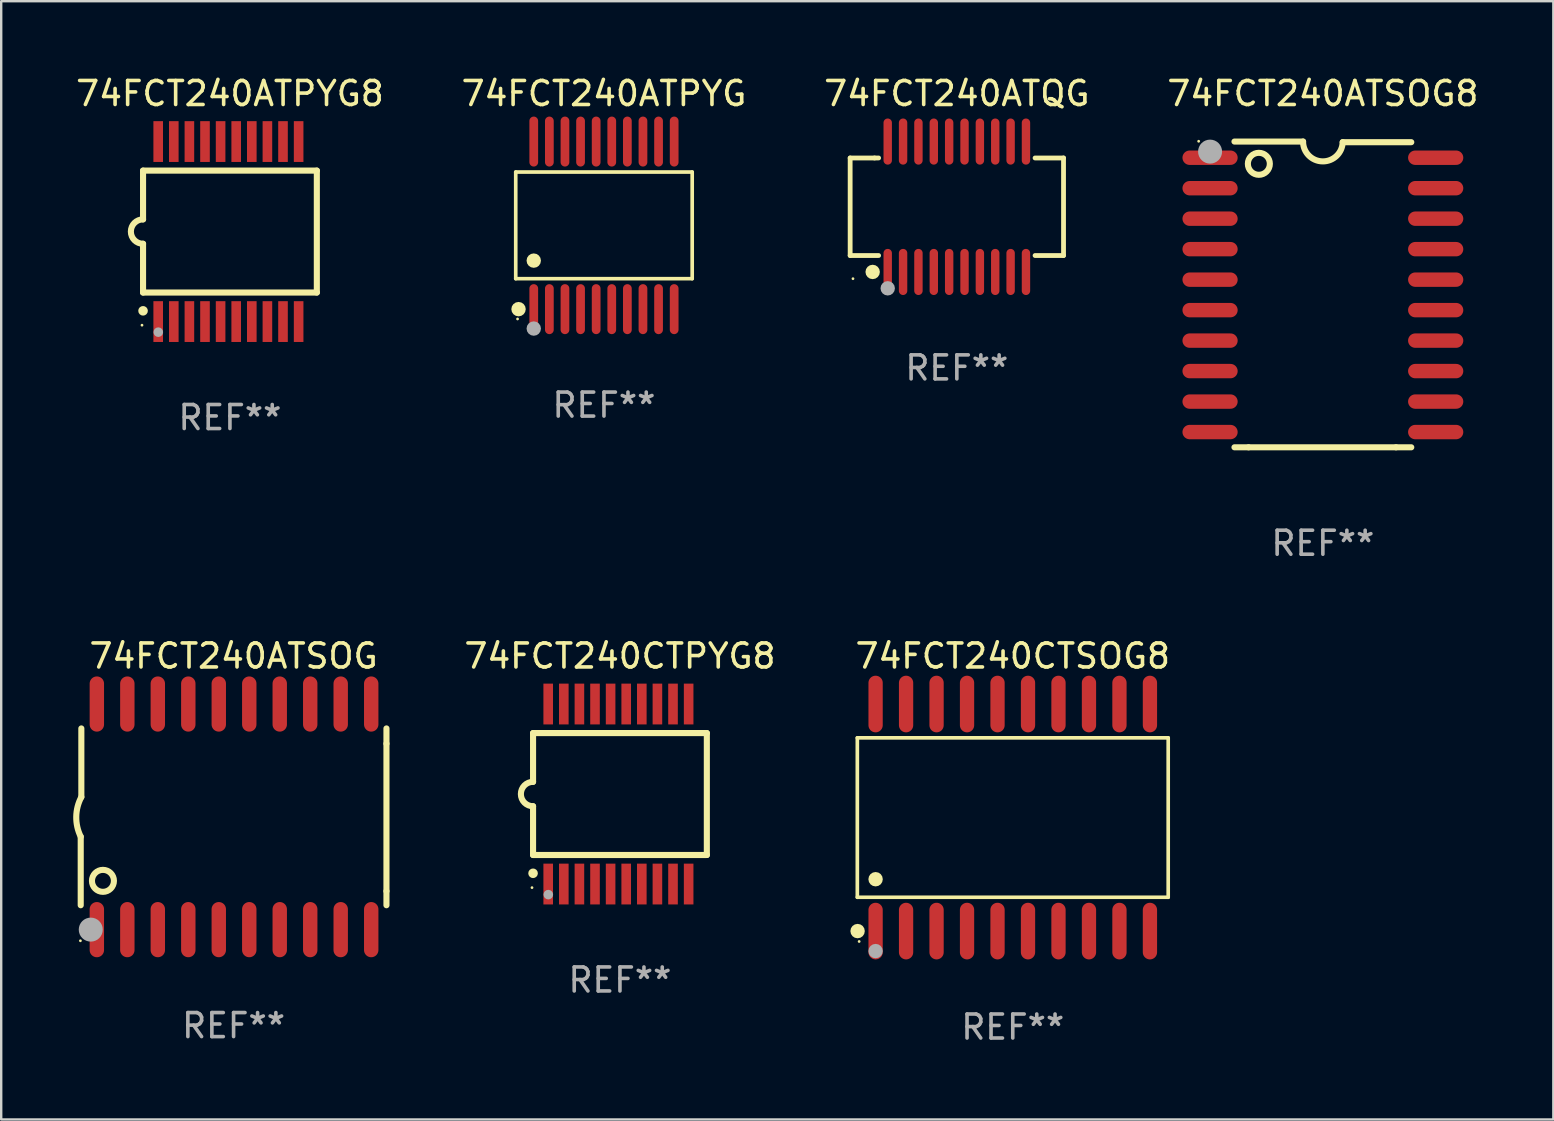
<source format=kicad_pcb>
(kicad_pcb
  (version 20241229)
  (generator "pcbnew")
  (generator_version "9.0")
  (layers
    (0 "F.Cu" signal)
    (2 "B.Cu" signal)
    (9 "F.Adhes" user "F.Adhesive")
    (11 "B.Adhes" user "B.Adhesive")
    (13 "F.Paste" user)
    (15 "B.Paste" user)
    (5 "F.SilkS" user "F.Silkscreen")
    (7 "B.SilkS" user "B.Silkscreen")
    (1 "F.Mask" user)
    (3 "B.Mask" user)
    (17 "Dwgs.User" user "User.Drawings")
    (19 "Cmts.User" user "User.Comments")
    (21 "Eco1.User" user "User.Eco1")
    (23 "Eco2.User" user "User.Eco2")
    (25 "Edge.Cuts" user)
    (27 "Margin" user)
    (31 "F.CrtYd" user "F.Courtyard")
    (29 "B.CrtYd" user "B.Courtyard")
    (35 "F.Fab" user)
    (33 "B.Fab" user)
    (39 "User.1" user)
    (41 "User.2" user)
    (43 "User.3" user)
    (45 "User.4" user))
  (footprint "74FCT240ATQG"
    (layer "F.Cu")
    (at 36.815 5.564)
    (property "Reference" "74FCT240ATQG" (at 0 -4.716 0) (layer "F.SilkS") (effects (font (size 1 1) (thickness 0.15))))
    (attr through_hole)
    (fp_line (start -4.445 -2.032) (end -4.445 2.032) (stroke (width 0.2) (type solid)) (layer "F.SilkS"))
    (fp_line (start -4.445 2.032) (end -3.259 2.032) (stroke (width 0.2) (type solid)) (layer "F.SilkS"))
    (fp_line (start -3.429 -2.032) (end -4.445 -2.032) (stroke (width 0.2) (type solid)) (layer "F.SilkS"))
    (fp_line (start -3.259 -2.032) (end -3.429 -2.032) (stroke (width 0.2) (type solid)) (layer "F.SilkS"))
    (fp_line (start 3.259 2.032) (end 4.445 2.032) (stroke (width 0.2) (type solid)) (layer "F.SilkS"))
    (fp_line (start 4.445 -2.032) (end 3.259 -2.032) (stroke (width 0.2) (type solid)) (layer "F.SilkS"))
    (fp_line (start 4.445 2.032) (end 4.445 -2.032) (stroke (width 0.2) (type solid)) (layer "F.SilkS"))
    (fp_circle (center -4.327 2.997) (end -4.297 2.997) (stroke (width 0.06) (type solid)) (fill no) (layer "F.SilkS"))
    (fp_circle (center -3.507 2.716) (end -3.357 2.716) (stroke (width 0.3) (type solid)) (fill no) (layer "F.SilkS"))
    (fp_circle (center -2.88 3.398) (end -2.73 3.398) (stroke (width 0.3) (type solid)) (fill no) (layer "F.Fab"))
    (fp_text user "REF**" (at 0 6.716 0) (layer "F.Fab") (effects (font (size 1 1) (thickness 0.15))))
    (pad "1" smd oval (at -2.88 2.716) (size 0.35 1.922) (layers "F.Cu" "F.Mask" "F.Paste"))
    (pad "2" smd oval (at -2.24 2.716) (size 0.35 1.922) (layers "F.Cu" "F.Mask" "F.Paste"))
    (pad "3" smd oval (at -1.6 2.716) (size 0.35 1.922) (layers "F.Cu" "F.Mask" "F.Paste"))
    (pad "4" smd oval (at -0.96 2.716) (size 0.35 1.922) (layers "F.Cu" "F.Mask" "F.Paste"))
    (pad "5" smd oval (at -0.32 2.716) (size 0.35 1.922) (layers "F.Cu" "F.Mask" "F.Paste"))
    (pad "6" smd oval (at 0.32 2.716) (size 0.35 1.922) (layers "F.Cu" "F.Mask" "F.Paste"))
    (pad "7" smd oval (at 0.96 2.716) (size 0.35 1.922) (layers "F.Cu" "F.Mask" "F.Paste"))
    (pad "8" smd oval (at 1.6 2.716) (size 0.35 1.922) (layers "F.Cu" "F.Mask" "F.Paste"))
    (pad "9" smd oval (at 2.24 2.716) (size 0.35 1.922) (layers "F.Cu" "F.Mask" "F.Paste"))
    (pad "10" smd oval (at 2.88 2.716) (size 0.35 1.922) (layers "F.Cu" "F.Mask" "F.Paste"))
    (pad "11" smd oval (at 2.88 -2.716) (size 0.35 1.922) (layers "F.Cu" "F.Mask" "F.Paste"))
    (pad "12" smd oval (at 2.24 -2.716) (size 0.35 1.922) (layers "F.Cu" "F.Mask" "F.Paste"))
    (pad "13" smd oval (at 1.6 -2.716) (size 0.35 1.922) (layers "F.Cu" "F.Mask" "F.Paste"))
    (pad "14" smd oval (at 0.96 -2.716) (size 0.35 1.922) (layers "F.Cu" "F.Mask" "F.Paste"))
    (pad "15" smd oval (at 0.32 -2.716) (size 0.35 1.922) (layers "F.Cu" "F.Mask" "F.Paste"))
    (pad "16" smd oval (at -0.32 -2.716) (size 0.35 1.922) (layers "F.Cu" "F.Mask" "F.Paste"))
    (pad "17" smd oval (at -0.96 -2.716) (size 0.35 1.922) (layers "F.Cu" "F.Mask" "F.Paste"))
    (pad "18" smd oval (at -1.6 -2.716) (size 0.35 1.922) (layers "F.Cu" "F.Mask" "F.Paste"))
    (pad "19" smd oval (at -2.24 -2.716) (size 0.35 1.922) (layers "F.Cu" "F.Mask" "F.Paste"))
    (pad "20" smd oval (at -2.88 -2.716) (size 0.35 1.922) (layers "F.Cu" "F.Mask" "F.Paste")))
  (footprint "74FCT240ATSOG8"
    (layer "F.Cu")
    (at 52.065 9.217)
    (property "Reference" "74FCT240ATSOG8" (at 0 -8.369 0) (layer "F.SilkS") (effects (font (size 1 1) (thickness 0.15))))
    (attr through_hole)
    (fp_line (start -3.096 6.369) (end -3.683 6.369) (stroke (width 0.254) (type solid)) (layer "F.SilkS"))
    (fp_line (start -0.825 -6.369) (end -3.683 -6.369) (stroke (width 0.254) (type solid)) (layer "F.SilkS"))
    (fp_line (start 0.826 -6.343) (end 3.683 -6.343) (stroke (width 0.254) (type solid)) (layer "F.SilkS"))
    (fp_line (start 3.048 6.369) (end -3.096 6.369) (stroke (width 0.254) (type solid)) (layer "F.SilkS"))
    (fp_line (start 3.048 6.369) (end 3.683 6.369) (stroke (width 0.254) (type solid)) (layer "F.SilkS"))
    (fp_arc (start 0.825527 -6.343129) (mid -0.012478 -5.543126) (end -0.825476 -6.36853) (stroke (width 0.254001) (type solid)) (layer "F.SilkS"))
    (fp_circle (center -5.175 -6.382) (end -5.145 -6.382) (stroke (width 0.06) (type solid)) (fill no) (layer "F.SilkS"))
    (fp_circle (center -2.667 -5.442) (end -2.209 -5.442) (stroke (width 0.254) (type solid)) (fill no) (layer "F.SilkS"))
    (fp_circle (center -4.699 -5.95) (end -4.449 -5.95) (stroke (width 0.5) (type solid)) (fill no) (layer "F.Fab"))
    (fp_text user "REF**" (at 0 10.369 0) (layer "F.Fab") (effects (font (size 1 1) (thickness 0.15))))
    (pad "1" smd oval (at -4.7 -5.696 90) (size 0.6 2.3) (layers "F.Cu" "F.Mask" "F.Paste"))
    (pad "2" smd oval (at -4.7 -4.426 90) (size 0.6 2.3) (layers "F.Cu" "F.Mask" "F.Paste"))
    (pad "3" smd oval (at -4.7 -3.156 90) (size 0.6 2.3) (layers "F.Cu" "F.Mask" "F.Paste"))
    (pad "4" smd oval (at -4.7 -1.886 90) (size 0.6 2.3) (layers "F.Cu" "F.Mask" "F.Paste"))
    (pad "5" smd oval (at -4.7 -0.616 90) (size 0.6 2.3) (layers "F.Cu" "F.Mask" "F.Paste"))
    (pad "6" smd oval (at -4.7 0.654 90) (size 0.6 2.3) (layers "F.Cu" "F.Mask" "F.Paste"))
    (pad "7" smd oval (at -4.7 1.924 90) (size 0.6 2.3) (layers "F.Cu" "F.Mask" "F.Paste"))
    (pad "8" smd oval (at -4.7 3.194 90) (size 0.6 2.3) (layers "F.Cu" "F.Mask" "F.Paste"))
    (pad "9" smd oval (at -4.7 4.464 90) (size 0.6 2.3) (layers "F.Cu" "F.Mask" "F.Paste"))
    (pad "10" smd oval (at -4.7 5.734 90) (size 0.6 2.3) (layers "F.Cu" "F.Mask" "F.Paste"))
    (pad "11" smd oval (at 4.7 5.734 90) (size 0.6 2.3) (layers "F.Cu" "F.Mask" "F.Paste"))
    (pad "12" smd oval (at 4.7 4.464 90) (size 0.6 2.3) (layers "F.Cu" "F.Mask" "F.Paste"))
    (pad "13" smd oval (at 4.7 3.194 90) (size 0.6 2.3) (layers "F.Cu" "F.Mask" "F.Paste"))
    (pad "14" smd oval (at 4.7 1.924 90) (size 0.6 2.3) (layers "F.Cu" "F.Mask" "F.Paste"))
    (pad "15" smd oval (at 4.7 0.654 90) (size 0.6 2.3) (layers "F.Cu" "F.Mask" "F.Paste"))
    (pad "16" smd oval (at 4.7 -0.616 90) (size 0.6 2.3) (layers "F.Cu" "F.Mask" "F.Paste"))
    (pad "17" smd oval (at 4.7 -1.886 90) (size 0.6 2.3) (layers "F.Cu" "F.Mask" "F.Paste"))
    (pad "18" smd oval (at 4.7 -3.156 90) (size 0.6 2.3) (layers "F.Cu" "F.Mask" "F.Paste"))
    (pad "19" smd oval (at 4.7 -4.426 90) (size 0.6 2.3) (layers "F.Cu" "F.Mask" "F.Paste"))
    (pad "20" smd oval (at 4.7 -5.696 90) (size 0.6 2.3) (layers "F.Cu" "F.Mask" "F.Paste")))
  (footprint "74FCT240ATPYG8"
    (layer "F.Cu")
    (at 6.53 6.598)
    (property "Reference" "74FCT240ATPYG8" (at 0 -5.75 0) (layer "F.SilkS") (effects (font (size 1 1) (thickness 0.15))))
    (attr through_hole)
    (fp_line (start -3.62 -2.54) (end 3.62 -2.54) (stroke (width 0.254) (type solid)) (layer "F.SilkS"))
    (fp_line (start -3.62 -0.508) (end -3.62 -2.54) (stroke (width 0.254) (type solid)) (layer "F.SilkS"))
    (fp_line (start -3.62 2.54) (end -3.62 0.508) (stroke (width 0.254) (type solid)) (layer "F.SilkS"))
    (fp_line (start 3.62 -2.54) (end 3.62 2.54) (stroke (width 0.254) (type solid)) (layer "F.SilkS"))
    (fp_line (start 3.62 2.54) (end -3.62 2.54) (stroke (width 0.254) (type solid)) (layer "F.SilkS"))
    (fp_arc (start -3.619507 0.508052) (mid -4.125607 0.000051) (end -3.619507 -0.50795) (stroke (width 0.254001) (type solid)) (layer "F.SilkS"))
    (fp_circle (center -3.664 3.9) (end -3.634 3.9) (stroke (width 0.06) (type solid)) (fill no) (layer "F.SilkS"))
    (fp_circle (center -3.62 3.302) (end -3.52 3.302) (stroke (width 0.2) (type solid)) (fill no) (layer "F.SilkS"))
    (fp_circle (center -2.985 4.191) (end -2.885 4.191) (stroke (width 0.2) (type solid)) (fill no) (layer "F.Fab"))
    (fp_text user "REF**" (at 0 7.75 0) (layer "F.Fab") (effects (font (size 1 1) (thickness 0.15))))
    (pad "1" smd rect (at -2.989 3.75) (size 0.4 1.7) (layers "F.Cu" "F.Mask" "F.Paste"))
    (pad "2" smd rect (at -2.339 3.75) (size 0.4 1.7) (layers "F.Cu" "F.Mask" "F.Paste"))
    (pad "3" smd rect (at -1.689 3.75) (size 0.4 1.7) (layers "F.Cu" "F.Mask" "F.Paste"))
    (pad "4" smd rect (at -1.039 3.75) (size 0.4 1.7) (layers "F.Cu" "F.Mask" "F.Paste"))
    (pad "5" smd rect (at -0.389 3.75) (size 0.4 1.7) (layers "F.Cu" "F.Mask" "F.Paste"))
    (pad "6" smd rect (at 0.261 3.75) (size 0.4 1.7) (layers "F.Cu" "F.Mask" "F.Paste"))
    (pad "7" smd rect (at 0.911 3.75) (size 0.4 1.7) (layers "F.Cu" "F.Mask" "F.Paste"))
    (pad "8" smd rect (at 1.561 3.75) (size 0.4 1.7) (layers "F.Cu" "F.Mask" "F.Paste"))
    (pad "9" smd rect (at 2.211 3.75) (size 0.4 1.7) (layers "F.Cu" "F.Mask" "F.Paste"))
    (pad "10" smd rect (at 2.862 3.75) (size 0.4 1.7) (layers "F.Cu" "F.Mask" "F.Paste"))
    (pad "11" smd rect (at 2.862 -3.75) (size 0.4 1.7) (layers "F.Cu" "F.Mask" "F.Paste"))
    (pad "12" smd rect (at 2.211 -3.75) (size 0.4 1.7) (layers "F.Cu" "F.Mask" "F.Paste"))
    (pad "13" smd rect (at 1.561 -3.75) (size 0.4 1.7) (layers "F.Cu" "F.Mask" "F.Paste"))
    (pad "14" smd rect (at 0.911 -3.75) (size 0.4 1.7) (layers "F.Cu" "F.Mask" "F.Paste"))
    (pad "15" smd rect (at 0.261 -3.75) (size 0.4 1.7) (layers "F.Cu" "F.Mask" "F.Paste"))
    (pad "16" smd rect (at -0.389 -3.75) (size 0.4 1.7) (layers "F.Cu" "F.Mask" "F.Paste"))
    (pad "17" smd rect (at -1.039 -3.75) (size 0.4 1.7) (layers "F.Cu" "F.Mask" "F.Paste"))
    (pad "18" smd rect (at -1.689 -3.75) (size 0.4 1.7) (layers "F.Cu" "F.Mask" "F.Paste"))
    (pad "19" smd rect (at -2.339 -3.75) (size 0.4 1.7) (layers "F.Cu" "F.Mask" "F.Paste"))
    (pad "20" smd rect (at -2.989 -3.75) (size 0.4 1.7) (layers "F.Cu" "F.Mask" "F.Paste")))
  (footprint "74FCT240CTSOG8"
    (layer "F.Cu")
    (at 39.145 31.012)
    (property "Reference" "74FCT240CTSOG8" (at 0 -6.73 0) (layer "F.SilkS") (effects (font (size 1 1) (thickness 0.15))))
    (attr through_hole)
    (fp_line (start -6.476 -3.321) (end 6.476 -3.321) (stroke (width 0.152) (type solid)) (layer "F.SilkS"))
    (fp_line (start -6.476 3.321) (end -6.476 -3.321) (stroke (width 0.152) (type solid)) (layer "F.SilkS"))
    (fp_line (start 6.476 -3.321) (end 6.476 3.321) (stroke (width 0.152) (type solid)) (layer "F.SilkS"))
    (fp_line (start 6.476 3.321) (end -6.476 3.321) (stroke (width 0.152) (type solid)) (layer "F.SilkS"))
    (fp_circle (center -6.465 4.73) (end -6.315 4.73) (stroke (width 0.3) (type solid)) (fill no) (layer "F.SilkS"))
    (fp_circle (center -6.4 5.163) (end -6.37 5.163) (stroke (width 0.06) (type solid)) (fill no) (layer "F.SilkS"))
    (fp_circle (center -5.715 2.569) (end -5.565 2.569) (stroke (width 0.3) (type solid)) (fill no) (layer "F.SilkS"))
    (fp_circle (center -5.715 5.563) (end -5.565 5.563) (stroke (width 0.3) (type solid)) (fill no) (layer "F.Fab"))
    (fp_text user "REF**" (at 0 8.73 0) (layer "F.Fab") (effects (font (size 1 1) (thickness 0.15))))
    (pad "1" smd oval (at -5.715 4.73) (size 0.595 2.36) (layers "F.Cu" "F.Mask" "F.Paste"))
    (pad "2" smd oval (at -4.445 4.73) (size 0.595 2.36) (layers "F.Cu" "F.Mask" "F.Paste"))
    (pad "3" smd oval (at -3.175 4.73) (size 0.595 2.36) (layers "F.Cu" "F.Mask" "F.Paste"))
    (pad "4" smd oval (at -1.905 4.73) (size 0.595 2.36) (layers "F.Cu" "F.Mask" "F.Paste"))
    (pad "5" smd oval (at -0.635 4.73) (size 0.595 2.36) (layers "F.Cu" "F.Mask" "F.Paste"))
    (pad "6" smd oval (at 0.635 4.73) (size 0.595 2.36) (layers "F.Cu" "F.Mask" "F.Paste"))
    (pad "7" smd oval (at 1.905 4.73) (size 0.595 2.36) (layers "F.Cu" "F.Mask" "F.Paste"))
    (pad "8" smd oval (at 3.175 4.73) (size 0.595 2.36) (layers "F.Cu" "F.Mask" "F.Paste"))
    (pad "9" smd oval (at 4.445 4.73) (size 0.595 2.36) (layers "F.Cu" "F.Mask" "F.Paste"))
    (pad "10" smd oval (at 5.715 4.73) (size 0.595 2.36) (layers "F.Cu" "F.Mask" "F.Paste"))
    (pad "11" smd oval (at 5.715 -4.73) (size 0.595 2.36) (layers "F.Cu" "F.Mask" "F.Paste"))
    (pad "12" smd oval (at 4.445 -4.73) (size 0.595 2.36) (layers "F.Cu" "F.Mask" "F.Paste"))
    (pad "13" smd oval (at 3.175 -4.73) (size 0.595 2.36) (layers "F.Cu" "F.Mask" "F.Paste"))
    (pad "14" smd oval (at 1.905 -4.73) (size 0.595 2.36) (layers "F.Cu" "F.Mask" "F.Paste"))
    (pad "15" smd oval (at 0.635 -4.73) (size 0.595 2.36) (layers "F.Cu" "F.Mask" "F.Paste"))
    (pad "16" smd oval (at -0.635 -4.73) (size 0.595 2.36) (layers "F.Cu" "F.Mask" "F.Paste"))
    (pad "17" smd oval (at -1.905 -4.73) (size 0.595 2.36) (layers "F.Cu" "F.Mask" "F.Paste"))
    (pad "18" smd oval (at -3.175 -4.73) (size 0.595 2.36) (layers "F.Cu" "F.Mask" "F.Paste"))
    (pad "19" smd oval (at -4.445 -4.73) (size 0.595 2.36) (layers "F.Cu" "F.Mask" "F.Paste"))
    (pad "20" smd oval (at -5.715 -4.73) (size 0.595 2.36) (layers "F.Cu" "F.Mask" "F.Paste")))
  (footprint "74FCT240CTPYG8"
    (layer "F.Cu")
    (at 22.779 30.032)
    (property "Reference" "74FCT240CTPYG8" (at 0 -5.75 0) (layer "F.SilkS") (effects (font (size 1 1) (thickness 0.15))))
    (attr through_hole)
    (fp_line (start -3.62 -2.54) (end 3.62 -2.54) (stroke (width 0.254) (type solid)) (layer "F.SilkS"))
    (fp_line (start -3.62 -0.508) (end -3.62 -2.54) (stroke (width 0.254) (type solid)) (layer "F.SilkS"))
    (fp_line (start -3.62 2.54) (end -3.62 0.508) (stroke (width 0.254) (type solid)) (layer "F.SilkS"))
    (fp_line (start 3.62 -2.54) (end 3.62 2.54) (stroke (width 0.254) (type solid)) (layer "F.SilkS"))
    (fp_line (start 3.62 2.54) (end -3.62 2.54) (stroke (width 0.254) (type solid)) (layer "F.SilkS"))
    (fp_arc (start -3.619507 0.508052) (mid -4.125607 0.000051) (end -3.619507 -0.50795) (stroke (width 0.254001) (type solid)) (layer "F.SilkS"))
    (fp_circle (center -3.664 3.9) (end -3.634 3.9) (stroke (width 0.06) (type solid)) (fill no) (layer "F.SilkS"))
    (fp_circle (center -3.62 3.302) (end -3.52 3.302) (stroke (width 0.2) (type solid)) (fill no) (layer "F.SilkS"))
    (fp_circle (center -2.985 4.191) (end -2.885 4.191) (stroke (width 0.2) (type solid)) (fill no) (layer "F.Fab"))
    (fp_text user "REF**" (at 0 7.75 0) (layer "F.Fab") (effects (font (size 1 1) (thickness 0.15))))
    (pad "1" smd rect (at -2.989 3.75) (size 0.4 1.7) (layers "F.Cu" "F.Mask" "F.Paste"))
    (pad "2" smd rect (at -2.339 3.75) (size 0.4 1.7) (layers "F.Cu" "F.Mask" "F.Paste"))
    (pad "3" smd rect (at -1.689 3.75) (size 0.4 1.7) (layers "F.Cu" "F.Mask" "F.Paste"))
    (pad "4" smd rect (at -1.039 3.75) (size 0.4 1.7) (layers "F.Cu" "F.Mask" "F.Paste"))
    (pad "5" smd rect (at -0.389 3.75) (size 0.4 1.7) (layers "F.Cu" "F.Mask" "F.Paste"))
    (pad "6" smd rect (at 0.261 3.75) (size 0.4 1.7) (layers "F.Cu" "F.Mask" "F.Paste"))
    (pad "7" smd rect (at 0.911 3.75) (size 0.4 1.7) (layers "F.Cu" "F.Mask" "F.Paste"))
    (pad "8" smd rect (at 1.561 3.75) (size 0.4 1.7) (layers "F.Cu" "F.Mask" "F.Paste"))
    (pad "9" smd rect (at 2.211 3.75) (size 0.4 1.7) (layers "F.Cu" "F.Mask" "F.Paste"))
    (pad "10" smd rect (at 2.862 3.75) (size 0.4 1.7) (layers "F.Cu" "F.Mask" "F.Paste"))
    (pad "11" smd rect (at 2.862 -3.75) (size 0.4 1.7) (layers "F.Cu" "F.Mask" "F.Paste"))
    (pad "12" smd rect (at 2.211 -3.75) (size 0.4 1.7) (layers "F.Cu" "F.Mask" "F.Paste"))
    (pad "13" smd rect (at 1.561 -3.75) (size 0.4 1.7) (layers "F.Cu" "F.Mask" "F.Paste"))
    (pad "14" smd rect (at 0.911 -3.75) (size 0.4 1.7) (layers "F.Cu" "F.Mask" "F.Paste"))
    (pad "15" smd rect (at 0.261 -3.75) (size 0.4 1.7) (layers "F.Cu" "F.Mask" "F.Paste"))
    (pad "16" smd rect (at -0.389 -3.75) (size 0.4 1.7) (layers "F.Cu" "F.Mask" "F.Paste"))
    (pad "17" smd rect (at -1.039 -3.75) (size 0.4 1.7) (layers "F.Cu" "F.Mask" "F.Paste"))
    (pad "18" smd rect (at -1.689 -3.75) (size 0.4 1.7) (layers "F.Cu" "F.Mask" "F.Paste"))
    (pad "19" smd rect (at -2.339 -3.75) (size 0.4 1.7) (layers "F.Cu" "F.Mask" "F.Paste"))
    (pad "20" smd rect (at -2.989 -3.75) (size 0.4 1.7) (layers "F.Cu" "F.Mask" "F.Paste")))
  (footprint "74FCT240ATSOG"
    (layer "F.Cu")
    (at 6.682 30.982)
    (property "Reference" "74FCT240ATSOG" (at 0 -6.7 0) (layer "F.SilkS") (effects (font (size 1 1) (thickness 0.15))))
    (attr through_hole)
    (fp_line (start -6.369 0.826) (end -6.369 3.683) (stroke (width 0.254) (type solid)) (layer "F.SilkS"))
    (fp_line (start -6.343 -0.825) (end -6.343 -3.683) (stroke (width 0.254) (type solid)) (layer "F.SilkS"))
    (fp_line (start 6.369 -3.048) (end 6.369 -3.683) (stroke (width 0.254) (type solid)) (layer "F.SilkS"))
    (fp_line (start 6.369 -3.048) (end 6.369 3.096) (stroke (width 0.254) (type solid)) (layer "F.SilkS"))
    (fp_line (start 6.369 3.096) (end 6.369 3.683) (stroke (width 0.254) (type solid)) (layer "F.SilkS"))
    (fp_arc (start -6.36853 0.825552) (mid -6.554743 -0.00301) (end -6.343129 -0.825451) (stroke (width 0.254001) (type solid)) (layer "F.SilkS"))
    (fp_circle (center -6.382 5.163) (end -6.352 5.163) (stroke (width 0.06) (type solid)) (fill no) (layer "F.SilkS"))
    (fp_circle (center -5.443 2.667) (end -4.985 2.667) (stroke (width 0.254) (type solid)) (fill no) (layer "F.SilkS"))
    (fp_circle (center -5.951 4.699) (end -5.701 4.699) (stroke (width 0.5) (type solid)) (fill no) (layer "F.Fab"))
    (fp_text user "REF**" (at 0 8.7 0) (layer "F.Fab") (effects (font (size 1 1) (thickness 0.15))))
    (pad "1" smd oval (at -5.697 4.7 180) (size 0.6 2.3) (layers "F.Cu" "F.Mask" "F.Paste"))
    (pad "2" smd oval (at -4.427 4.7 180) (size 0.6 2.3) (layers "F.Cu" "F.Mask" "F.Paste"))
    (pad "3" smd oval (at -3.157 4.7 180) (size 0.6 2.3) (layers "F.Cu" "F.Mask" "F.Paste"))
    (pad "4" smd oval (at -1.887 4.7 180) (size 0.6 2.3) (layers "F.Cu" "F.Mask" "F.Paste"))
    (pad "5" smd oval (at -0.617 4.7 180) (size 0.6 2.3) (layers "F.Cu" "F.Mask" "F.Paste"))
    (pad "6" smd oval (at 0.653 4.7 180) (size 0.6 2.3) (layers "F.Cu" "F.Mask" "F.Paste"))
    (pad "7" smd oval (at 1.923 4.7 180) (size 0.6 2.3) (layers "F.Cu" "F.Mask" "F.Paste"))
    (pad "8" smd oval (at 3.193 4.7 180) (size 0.6 2.3) (layers "F.Cu" "F.Mask" "F.Paste"))
    (pad "9" smd oval (at 4.463 4.7 180) (size 0.6 2.3) (layers "F.Cu" "F.Mask" "F.Paste"))
    (pad "10" smd oval (at 5.734 4.7 180) (size 0.6 2.3) (layers "F.Cu" "F.Mask" "F.Paste"))
    (pad "11" smd oval (at 5.734 -4.7 180) (size 0.6 2.3) (layers "F.Cu" "F.Mask" "F.Paste"))
    (pad "12" smd oval (at 4.463 -4.7 180) (size 0.6 2.3) (layers "F.Cu" "F.Mask" "F.Paste"))
    (pad "13" smd oval (at 3.193 -4.7 180) (size 0.6 2.3) (layers "F.Cu" "F.Mask" "F.Paste"))
    (pad "14" smd oval (at 1.923 -4.7 180) (size 0.6 2.3) (layers "F.Cu" "F.Mask" "F.Paste"))
    (pad "15" smd oval (at 0.653 -4.7 180) (size 0.6 2.3) (layers "F.Cu" "F.Mask" "F.Paste"))
    (pad "16" smd oval (at -0.617 -4.7 180) (size 0.6 2.3) (layers "F.Cu" "F.Mask" "F.Paste"))
    (pad "17" smd oval (at -1.887 -4.7 180) (size 0.6 2.3) (layers "F.Cu" "F.Mask" "F.Paste"))
    (pad "18" smd oval (at -3.157 -4.7 180) (size 0.6 2.3) (layers "F.Cu" "F.Mask" "F.Paste"))
    (pad "19" smd oval (at -4.427 -4.7 180) (size 0.6 2.3) (layers "F.Cu" "F.Mask" "F.Paste"))
    (pad "20" smd oval (at -5.697 -4.7 180) (size 0.6 2.3) (layers "F.Cu" "F.Mask" "F.Paste")))
  (footprint "74FCT240ATPYG"
    (layer "F.Cu")
    (at 22.113 6.339)
    (property "Reference" "74FCT240ATPYG" (at 0 -5.491 0) (layer "F.SilkS") (effects (font (size 1 1) (thickness 0.15))))
    (attr through_hole)
    (fp_line (start -3.676 -2.221) (end 3.676 -2.221) (stroke (width 0.152) (type solid)) (layer "F.SilkS"))
    (fp_line (start -3.676 2.221) (end -3.676 -2.221) (stroke (width 0.152) (type solid)) (layer "F.SilkS"))
    (fp_line (start 3.676 -2.221) (end 3.676 2.221) (stroke (width 0.152) (type solid)) (layer "F.SilkS"))
    (fp_line (start 3.676 2.221) (end -3.676 2.221) (stroke (width 0.152) (type solid)) (layer "F.SilkS"))
    (fp_circle (center -3.6 3.9) (end -3.57 3.9) (stroke (width 0.06) (type solid)) (fill no) (layer "F.SilkS"))
    (fp_circle (center -3.559 3.491) (end -3.409 3.491) (stroke (width 0.3) (type solid)) (fill no) (layer "F.SilkS"))
    (fp_circle (center -2.925 1.469) (end -2.775 1.469) (stroke (width 0.3) (type solid)) (fill no) (layer "F.SilkS"))
    (fp_circle (center -2.925 4.3) (end -2.775 4.3) (stroke (width 0.3) (type solid)) (fill no) (layer "F.Fab"))
    (fp_text user "REF**" (at 0 7.491 0) (layer "F.Fab") (effects (font (size 1 1) (thickness 0.15))))
    (pad "1" smd oval (at -2.925 3.491) (size 0.364 2.082) (layers "F.Cu" "F.Mask" "F.Paste"))
    (pad "2" smd oval (at -2.275 3.491) (size 0.364 2.082) (layers "F.Cu" "F.Mask" "F.Paste"))
    (pad "3" smd oval (at -1.625 3.491) (size 0.364 2.082) (layers "F.Cu" "F.Mask" "F.Paste"))
    (pad "4" smd oval (at -0.975 3.491) (size 0.364 2.082) (layers "F.Cu" "F.Mask" "F.Paste"))
    (pad "5" smd oval (at -0.325 3.491) (size 0.364 2.082) (layers "F.Cu" "F.Mask" "F.Paste"))
    (pad "6" smd oval (at 0.325 3.491) (size 0.364 2.082) (layers "F.Cu" "F.Mask" "F.Paste"))
    (pad "7" smd oval (at 0.975 3.491) (size 0.364 2.082) (layers "F.Cu" "F.Mask" "F.Paste"))
    (pad "8" smd oval (at 1.625 3.491) (size 0.364 2.082) (layers "F.Cu" "F.Mask" "F.Paste"))
    (pad "9" smd oval (at 2.275 3.491) (size 0.364 2.082) (layers "F.Cu" "F.Mask" "F.Paste"))
    (pad "10" smd oval (at 2.925 3.491) (size 0.364 2.082) (layers "F.Cu" "F.Mask" "F.Paste"))
    (pad "11" smd oval (at 2.925 -3.491) (size 0.364 2.082) (layers "F.Cu" "F.Mask" "F.Paste"))
    (pad "12" smd oval (at 2.275 -3.491) (size 0.364 2.082) (layers "F.Cu" "F.Mask" "F.Paste"))
    (pad "13" smd oval (at 1.625 -3.491) (size 0.364 2.082) (layers "F.Cu" "F.Mask" "F.Paste"))
    (pad "14" smd oval (at 0.975 -3.491) (size 0.364 2.082) (layers "F.Cu" "F.Mask" "F.Paste"))
    (pad "15" smd oval (at 0.325 -3.491) (size 0.364 2.082) (layers "F.Cu" "F.Mask" "F.Paste"))
    (pad "16" smd oval (at -0.325 -3.491) (size 0.364 2.082) (layers "F.Cu" "F.Mask" "F.Paste"))
    (pad "17" smd oval (at -0.975 -3.491) (size 0.364 2.082) (layers "F.Cu" "F.Mask" "F.Paste"))
    (pad "18" smd oval (at -1.625 -3.491) (size 0.364 2.082) (layers "F.Cu" "F.Mask" "F.Paste"))
    (pad "19" smd oval (at -2.275 -3.491) (size 0.364 2.082) (layers "F.Cu" "F.Mask" "F.Paste"))
    (pad "20" smd oval (at -2.925 -3.491) (size 0.364 2.082) (layers "F.Cu" "F.Mask" "F.Paste")))
  (gr_rect
    (start -3 -3)
    (end 61.667 43.59)
    (stroke (width 0.1) (type default))
    (fill no)
    (layer "Edge.Cuts")))
</source>
